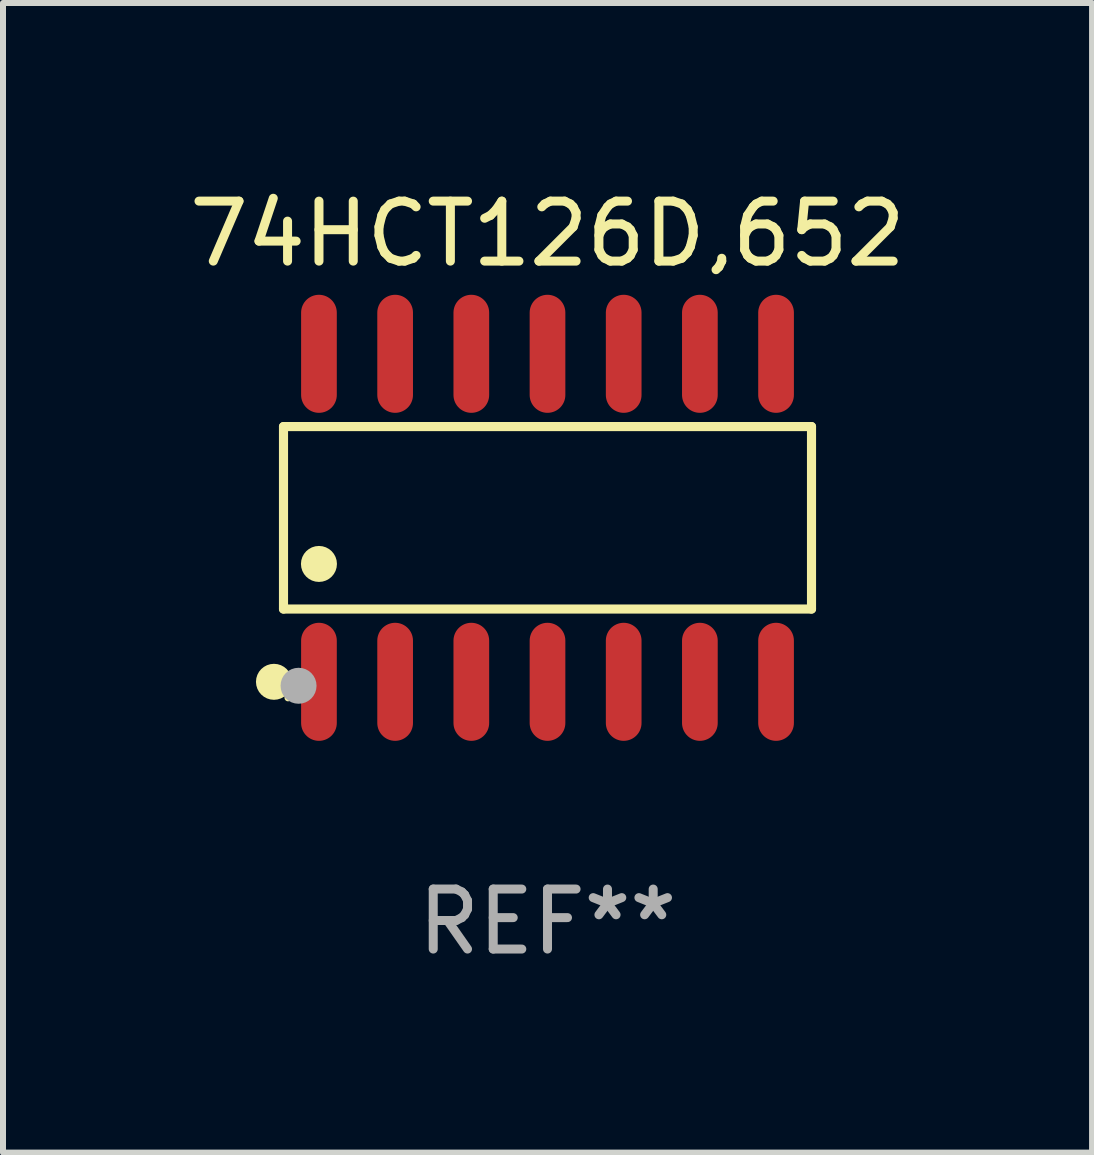
<source format=kicad_pcb>
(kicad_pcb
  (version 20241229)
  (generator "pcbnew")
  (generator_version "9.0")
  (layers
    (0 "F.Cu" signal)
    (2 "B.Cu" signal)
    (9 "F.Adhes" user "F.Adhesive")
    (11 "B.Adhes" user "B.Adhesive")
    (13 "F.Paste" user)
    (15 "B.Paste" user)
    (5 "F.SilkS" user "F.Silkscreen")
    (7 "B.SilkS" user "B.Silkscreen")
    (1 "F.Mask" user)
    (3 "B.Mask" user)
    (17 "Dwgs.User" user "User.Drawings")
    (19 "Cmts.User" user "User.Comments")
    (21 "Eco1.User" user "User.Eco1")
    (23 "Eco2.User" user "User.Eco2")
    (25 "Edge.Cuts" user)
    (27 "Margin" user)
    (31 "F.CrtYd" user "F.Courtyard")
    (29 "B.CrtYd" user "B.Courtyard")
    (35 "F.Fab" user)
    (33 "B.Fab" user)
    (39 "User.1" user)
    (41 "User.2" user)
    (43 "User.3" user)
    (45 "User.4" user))
  (footprint "74HCT126D,652"
    (layer "F.Cu")
    (at 6.077 5.582)
    (property "Reference" "74HCT126D,652" (at 0 -4.734 0) (layer "F.SilkS") (effects (font (size 1 1) (thickness 0.15))))
    (attr through_hole)
    (fp_line (start -4.401 -1.521) (end 4.401 -1.521) (stroke (width 0.152) (type solid)) (layer "F.SilkS"))
    (fp_line (start -4.401 1.521) (end -4.401 -1.521) (stroke (width 0.152) (type solid)) (layer "F.SilkS"))
    (fp_line (start 4.401 -1.521) (end 4.401 1.521) (stroke (width 0.152) (type solid)) (layer "F.SilkS"))
    (fp_line (start 4.401 1.521) (end -4.401 1.521) (stroke (width 0.152) (type solid)) (layer "F.SilkS"))
    (fp_circle (center -4.56 2.734) (end -4.41 2.734) (stroke (width 0.3) (type solid)) (fill no) (layer "F.SilkS"))
    (fp_circle (center -4.325 3) (end -4.295 3) (stroke (width 0.06) (type solid)) (fill no) (layer "F.SilkS"))
    (fp_circle (center -3.81 0.769) (end -3.66 0.769) (stroke (width 0.3) (type solid)) (fill no) (layer "F.SilkS"))
    (fp_circle (center -4.15 2.8) (end -4 2.8) (stroke (width 0.3) (type solid)) (fill no) (layer "F.Fab"))
    (fp_text user "REF**" (at 0 6.734 0) (layer "F.Fab") (effects (font (size 1 1) (thickness 0.15))))
    (pad "1" smd oval (at -3.81 2.734) (size 0.595 1.968) (layers "F.Cu" "F.Mask" "F.Paste"))
    (pad "2" smd oval (at -2.54 2.734) (size 0.595 1.968) (layers "F.Cu" "F.Mask" "F.Paste"))
    (pad "3" smd oval (at -1.27 2.734) (size 0.595 1.968) (layers "F.Cu" "F.Mask" "F.Paste"))
    (pad "4" smd oval (at 0 2.734) (size 0.595 1.968) (layers "F.Cu" "F.Mask" "F.Paste"))
    (pad "5" smd oval (at 1.27 2.734) (size 0.595 1.968) (layers "F.Cu" "F.Mask" "F.Paste"))
    (pad "6" smd oval (at 2.54 2.734) (size 0.595 1.968) (layers "F.Cu" "F.Mask" "F.Paste"))
    (pad "7" smd oval (at 3.81 2.734) (size 0.595 1.968) (layers "F.Cu" "F.Mask" "F.Paste"))
    (pad "8" smd oval (at 3.81 -2.734) (size 0.595 1.968) (layers "F.Cu" "F.Mask" "F.Paste"))
    (pad "9" smd oval (at 2.54 -2.734) (size 0.595 1.968) (layers "F.Cu" "F.Mask" "F.Paste"))
    (pad "10" smd oval (at 1.27 -2.734) (size 0.595 1.968) (layers "F.Cu" "F.Mask" "F.Paste"))
    (pad "11" smd oval (at 0 -2.734) (size 0.595 1.968) (layers "F.Cu" "F.Mask" "F.Paste"))
    (pad "12" smd oval (at -1.27 -2.734) (size 0.595 1.968) (layers "F.Cu" "F.Mask" "F.Paste"))
    (pad "13" smd oval (at -2.54 -2.734) (size 0.595 1.968) (layers "F.Cu" "F.Mask" "F.Paste"))
    (pad "14" smd oval (at -3.81 -2.734) (size 0.595 1.968) (layers "F.Cu" "F.Mask" "F.Paste")))
  (gr_rect
    (start -3 -3)
    (end 15.155 16.164)
    (stroke (width 0.1) (type default))
    (fill no)
    (layer "Edge.Cuts")))
</source>
